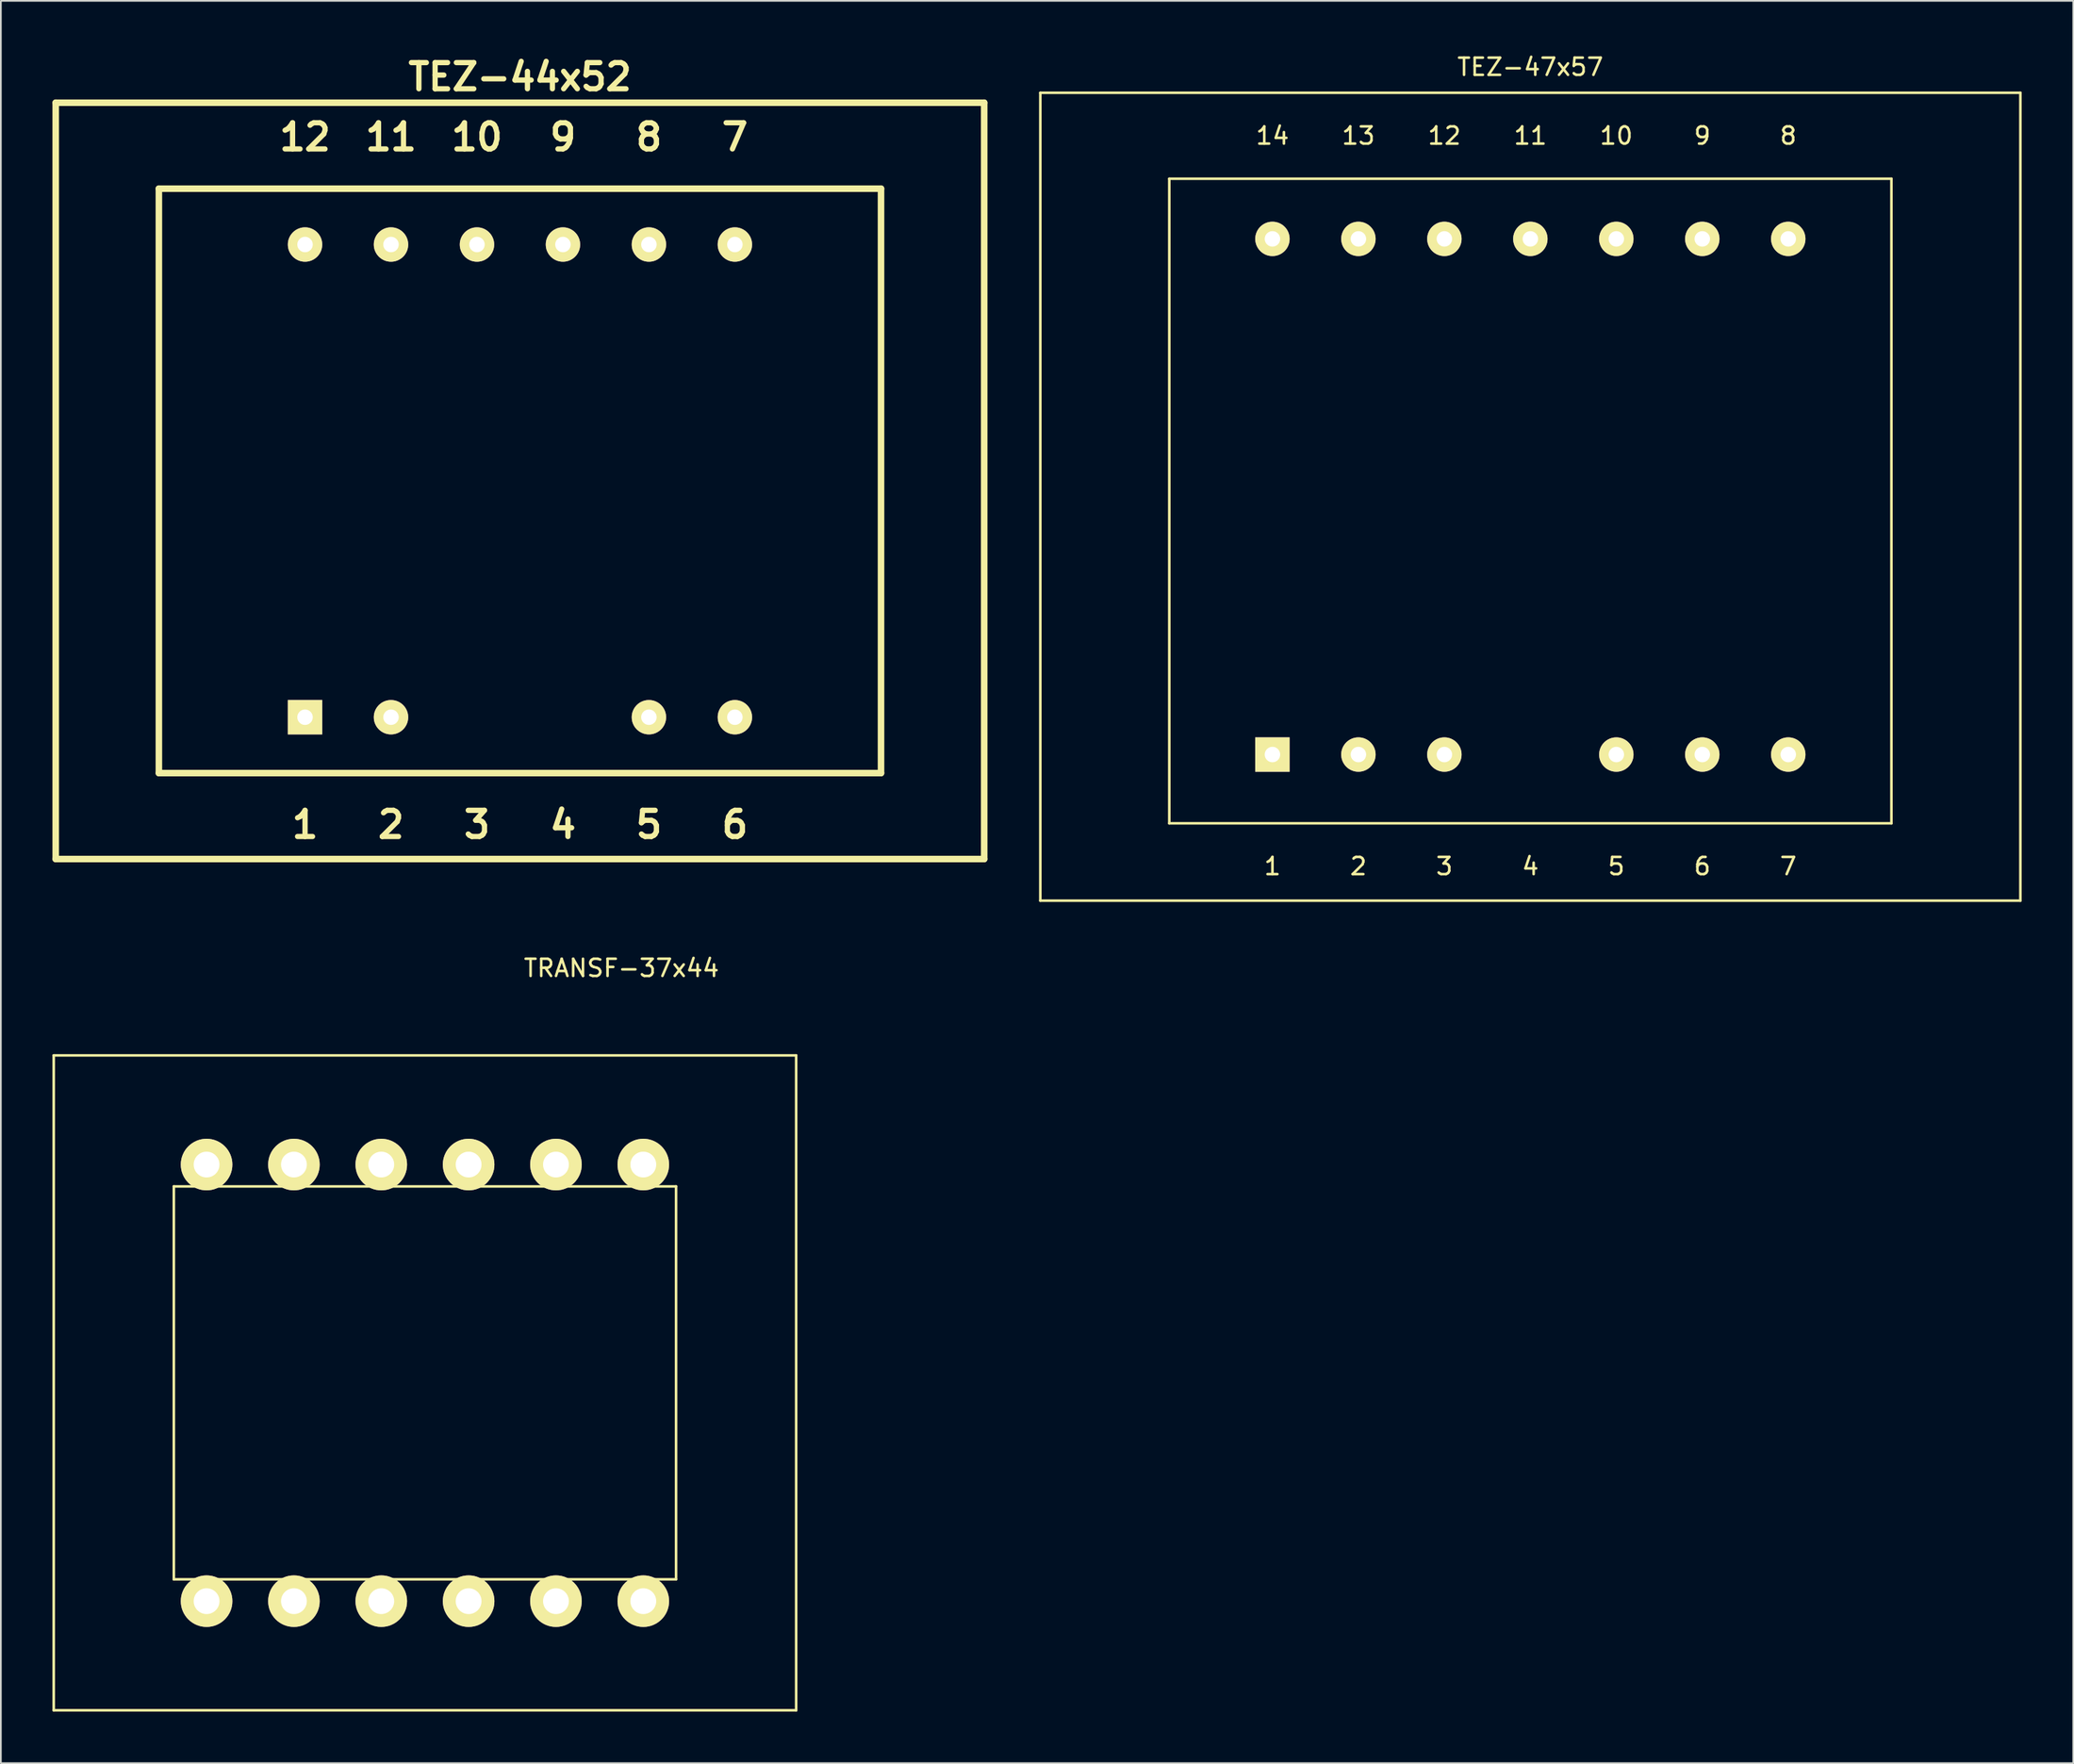
<source format=kicad_pcb>
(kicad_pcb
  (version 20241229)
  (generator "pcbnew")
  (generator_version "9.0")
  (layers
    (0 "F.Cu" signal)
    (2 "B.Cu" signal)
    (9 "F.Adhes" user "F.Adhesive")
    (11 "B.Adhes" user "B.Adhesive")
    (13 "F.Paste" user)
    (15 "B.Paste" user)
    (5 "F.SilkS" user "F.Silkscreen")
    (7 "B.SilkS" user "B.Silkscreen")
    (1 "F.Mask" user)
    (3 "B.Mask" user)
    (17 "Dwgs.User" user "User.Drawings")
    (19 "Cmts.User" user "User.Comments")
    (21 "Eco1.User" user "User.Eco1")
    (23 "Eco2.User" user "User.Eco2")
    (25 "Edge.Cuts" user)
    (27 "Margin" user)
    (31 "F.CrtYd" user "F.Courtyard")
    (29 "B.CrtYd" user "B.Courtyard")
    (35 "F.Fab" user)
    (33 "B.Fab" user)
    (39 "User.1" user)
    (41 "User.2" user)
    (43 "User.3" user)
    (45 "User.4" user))
  (footprint "TEZ-47x57"
    (layer "F.Cu")
    (at 85.956 25.848)
    (property "Reference" "TEZ-47x57" (at 0 -25 0) (layer "F.SilkS") (effects (font (size 1 1) (thickness 0.15))))
    (attr through_hole)
    (fp_line (start -28.5 -23.5) (end -28.5 23.5) (stroke (width 0.15) (type solid)) (layer "F.SilkS"))
    (fp_line (start -28.5 -23.5) (end 28.5 -23.5) (stroke (width 0.15) (type solid)) (layer "F.SilkS"))
    (fp_line (start -21 -18.5) (end -21 19) (stroke (width 0.15) (type solid)) (layer "F.SilkS"))
    (fp_line (start -21 19) (end 21 19) (stroke (width 0.15) (type solid)) (layer "F.SilkS"))
    (fp_line (start 21 -18.5) (end -21 -18.5) (stroke (width 0.15) (type solid)) (layer "F.SilkS"))
    (fp_line (start 21 19) (end 21 -18.5) (stroke (width 0.15) (type solid)) (layer "F.SilkS"))
    (fp_line (start 28.5 -23.5) (end 28.5 23.5) (stroke (width 0.15) (type solid)) (layer "F.SilkS"))
    (fp_line (start 28.5 23.5) (end -28.5 23.5) (stroke (width 0.15) (type solid)) (layer "F.SilkS"))
    (fp_text user "13" (at -10 -21 0) (layer "F.SilkS") (effects (font (size 1 1) (thickness 0.15))))
    (fp_text user "2" (at -10 21.5 0) (layer "F.SilkS") (effects (font (size 1 1) (thickness 0.15))))
    (fp_text user "9" (at 10 -21 0) (layer "F.SilkS") (effects (font (size 1 1) (thickness 0.15))))
    (fp_text user "3" (at -5 21.5 0) (layer "F.SilkS") (effects (font (size 1 1) (thickness 0.15))))
    (fp_text user "7" (at 15 21.5 0) (layer "F.SilkS") (effects (font (size 1 1) (thickness 0.15))))
    (fp_text user "1" (at -15 21.5 0) (layer "F.SilkS") (effects (font (size 1 1) (thickness 0.15))))
    (fp_text user "8" (at 15 -21 0) (layer "F.SilkS") (effects (font (size 1 1) (thickness 0.15))))
    (fp_text user "14" (at -15 -21 0) (layer "F.SilkS") (effects (font (size 1 1) (thickness 0.15))))
    (fp_text user "11" (at 0 -21 0) (layer "F.SilkS") (effects (font (size 1 1) (thickness 0.15))))
    (fp_text user "10" (at 5 -21 0) (layer "F.SilkS") (effects (font (size 1 1) (thickness 0.15))))
    (fp_text user "12" (at -5 -21 0) (layer "F.SilkS") (effects (font (size 1 1) (thickness 0.15))))
    (fp_text user "5" (at 5 21.5 0) (layer "F.SilkS") (effects (font (size 1 1) (thickness 0.15))))
    (fp_text user "4" (at 0 21.5 0) (layer "F.SilkS") (effects (font (size 1 1) (thickness 0.15))))
    (fp_text user "6" (at 10 21.5 0) (layer "F.SilkS") (effects (font (size 1 1) (thickness 0.15))))
    (pad "1" thru_hole rect (at -15 15) (size 2 2) (drill 0.9) (layers "*.Cu" "*.Mask" "F.SilkS"))
    (pad "2" thru_hole circle (at -10 15) (size 2 2) (drill 0.9) (layers "*.Cu" "*.Mask" "F.SilkS"))
    (pad "3" thru_hole circle (at -5 15) (size 2 2) (drill 0.9) (layers "*.Cu" "*.Mask" "F.SilkS"))
    (pad "5" thru_hole circle (at 5 15) (size 2 2) (drill 0.9) (layers "*.Cu" "*.Mask" "F.SilkS"))
    (pad "6" thru_hole circle (at 10 15) (size 2 2) (drill 0.9) (layers "*.Cu" "*.Mask" "F.SilkS"))
    (pad "7" thru_hole circle (at 15 15) (size 2 2) (drill 0.9) (layers "*.Cu" "*.Mask" "F.SilkS"))
    (pad "8" thru_hole circle (at 15 -15) (size 2 2) (drill 0.9) (layers "*.Cu" "*.Mask" "F.SilkS"))
    (pad "9" thru_hole circle (at 10 -15) (size 2 2) (drill 0.9) (layers "*.Cu" "*.Mask" "F.SilkS"))
    (pad "10" thru_hole circle (at 5 -15) (size 2 2) (drill 0.9) (layers "*.Cu" "*.Mask" "F.SilkS"))
    (pad "11" thru_hole circle (at 0 -15) (size 2 2) (drill 0.9) (layers "*.Cu" "*.Mask" "F.SilkS"))
    (pad "12" thru_hole circle (at -5 -15) (size 2 2) (drill 0.9) (layers "*.Cu" "*.Mask" "F.SilkS"))
    (pad "13" thru_hole circle (at -10 -15) (size 2 2) (drill 0.9) (layers "*.Cu" "*.Mask" "F.SilkS"))
    (pad "14" thru_hole circle (at -15 -15) (size 2 2) (drill 0.9) (layers "*.Cu" "*.Mask" "F.SilkS")))
  (footprint "TRANSF-37x44"
    (layer "F.Cu")
    (at 21.665 77.401)
    (property "Reference" "TRANSF-37x44" (at 11.43 -24.13 0) (layer "F.SilkS") (effects (font (size 1 1) (thickness 0.15))))
    (attr through_hole)
    (fp_line (start -21.59 -19.05) (end 21.59 -19.05) (stroke (width 0.15) (type solid)) (layer "F.SilkS"))
    (fp_line (start -21.59 19.05) (end -21.59 -19.05) (stroke (width 0.15) (type solid)) (layer "F.SilkS"))
    (fp_line (start -14.605 -11.43) (end 14.605 -11.43) (stroke (width 0.15) (type solid)) (layer "F.SilkS"))
    (fp_line (start -14.605 11.43) (end -14.605 -11.43) (stroke (width 0.15) (type solid)) (layer "F.SilkS"))
    (fp_line (start 14.605 -11.43) (end 14.605 11.43) (stroke (width 0.15) (type solid)) (layer "F.SilkS"))
    (fp_line (start 14.605 11.43) (end -14.605 11.43) (stroke (width 0.15) (type solid)) (layer "F.SilkS"))
    (fp_line (start 21.59 -19.05) (end 21.59 19.05) (stroke (width 0.15) (type solid)) (layer "F.SilkS"))
    (fp_line (start 21.59 19.05) (end -21.59 19.05) (stroke (width 0.15) (type solid)) (layer "F.SilkS"))
    (pad "" thru_hole circle (at -12.7 -12.7) (size 3 3) (drill 1.501) (layers "*.Cu" "*.Mask" "F.SilkS"))
    (pad "" thru_hole circle (at -7.62 12.7) (size 3 3) (drill 1.501) (layers "*.Cu" "*.Mask" "F.SilkS"))
    (pad "" thru_hole circle (at -2.54 -12.7) (size 3 3) (drill 1.501) (layers "*.Cu" "*.Mask" "F.SilkS"))
    (pad "" thru_hole circle (at 2.54 -12.7) (size 3 3) (drill 1.501) (layers "*.Cu" "*.Mask" "F.SilkS"))
    (pad "" thru_hole circle (at 2.54 12.7) (size 3 3) (drill 1.501) (layers "*.Cu" "*.Mask" "F.SilkS"))
    (pad "" thru_hole circle (at 7.62 -12.7) (size 3 3) (drill 1.501) (layers "*.Cu" "*.Mask" "F.SilkS"))
    (pad "" thru_hole circle (at 7.62 12.7) (size 3 3) (drill 1.501) (layers "*.Cu" "*.Mask" "F.SilkS"))
    (pad "" thru_hole circle (at 12.7 12.7) (size 3 3) (drill 1.501) (layers "*.Cu" "*.Mask" "F.SilkS"))
    (pad "1" thru_hole circle (at -7.62 -12.7) (size 3 3) (drill 1.501) (layers "*.Cu" "*.Mask" "F.SilkS"))
    (pad "2" thru_hole circle (at 12.7 -12.7) (size 3 3) (drill 1.501) (layers "*.Cu" "*.Mask" "F.SilkS"))
    (pad "3" thru_hole circle (at -2.54 12.7) (size 3 3) (drill 1.501) (layers "*.Cu" "*.Mask" "F.SilkS"))
    (pad "4" thru_hole circle (at -12.7 12.7) (size 3 3) (drill 1.501) (layers "*.Cu" "*.Mask" "F.SilkS")))
  (footprint "TEZ-44x52"
    (layer "F.Cu")
    (at 27.191 24.926)
    (property "Reference" "TEZ-44x52" (at 0 -23.5 0) (layer "F.SilkS") (effects (font (size 1.524 1.524) (thickness 0.305))))
    (attr through_hole)
    (fp_line (start -27 -22) (end 27 -22) (stroke (width 0.381) (type solid)) (layer "F.SilkS"))
    (fp_line (start -27 22) (end -27 -22) (stroke (width 0.381) (type solid)) (layer "F.SilkS"))
    (fp_line (start -21 -17) (end 21 -17) (stroke (width 0.381) (type solid)) (layer "F.SilkS"))
    (fp_line (start -21 17) (end -21 -17) (stroke (width 0.381) (type solid)) (layer "F.SilkS"))
    (fp_line (start 21 -17) (end 21 17) (stroke (width 0.381) (type solid)) (layer "F.SilkS"))
    (fp_line (start 21 17) (end -21 17) (stroke (width 0.381) (type solid)) (layer "F.SilkS"))
    (fp_line (start 27 -22) (end 27 22) (stroke (width 0.381) (type solid)) (layer "F.SilkS"))
    (fp_line (start 27 22) (end -27 22) (stroke (width 0.381) (type solid)) (layer "F.SilkS"))
    (fp_text user "12" (at -12.5 -20 0) (layer "F.SilkS") (effects (font (size 1.524 1.524) (thickness 0.305))))
    (fp_text user "6" (at 12.5 20 0) (layer "F.SilkS") (effects (font (size 1.524 1.524) (thickness 0.305))))
    (fp_text user "2" (at -7.5 20 0) (layer "F.SilkS") (effects (font (size 1.524 1.524) (thickness 0.305))))
    (fp_text user "7" (at 12.5 -20 0) (layer "F.SilkS") (effects (font (size 1.524 1.524) (thickness 0.305))))
    (fp_text user "1" (at -12.5 20 0) (layer "F.SilkS") (effects (font (size 1.524 1.524) (thickness 0.305))))
    (fp_text user "11" (at -7.5 -20 0) (layer "F.SilkS") (effects (font (size 1.524 1.524) (thickness 0.305))))
    (fp_text user "5" (at 7.5 20 0) (layer "F.SilkS") (effects (font (size 1.524 1.524) (thickness 0.305))))
    (fp_text user "9" (at 2.5 -20 0) (layer "F.SilkS") (effects (font (size 1.524 1.524) (thickness 0.305))))
    (fp_text user "3" (at -2.5 20 0) (layer "F.SilkS") (effects (font (size 1.524 1.524) (thickness 0.305))))
    (fp_text user "8" (at 7.5 -20 0) (layer "F.SilkS") (effects (font (size 1.524 1.524) (thickness 0.305))))
    (fp_text user "10" (at -2.5 -20 0) (layer "F.SilkS") (effects (font (size 1.524 1.524) (thickness 0.305))))
    (fp_text user "4" (at 2.5 20 0) (layer "F.SilkS") (effects (font (size 1.524 1.524) (thickness 0.305))))
    (pad "1" thru_hole rect (at -12.5 13.75) (size 2 2) (drill 0.9) (layers "*.Cu" "*.Mask" "F.SilkS"))
    (pad "2" thru_hole circle (at -7.5 13.75) (size 2 2) (drill 0.9) (layers "*.Cu" "*.Mask" "F.SilkS"))
    (pad "5" thru_hole circle (at 7.5 13.75) (size 2 2) (drill 0.9) (layers "*.Cu" "*.Mask" "F.SilkS"))
    (pad "6" thru_hole circle (at 12.5 13.75) (size 2 2) (drill 0.9) (layers "*.Cu" "*.Mask" "F.SilkS"))
    (pad "7" thru_hole circle (at 12.5 -13.75) (size 2 2) (drill 0.9) (layers "*.Cu" "*.Mask" "F.SilkS"))
    (pad "8" thru_hole circle (at 7.5 -13.75) (size 2 2) (drill 0.9) (layers "*.Cu" "*.Mask" "F.SilkS"))
    (pad "9" thru_hole circle (at 2.5 -13.75) (size 2 2) (drill 0.9) (layers "*.Cu" "*.Mask" "F.SilkS"))
    (pad "10" thru_hole circle (at -2.5 -13.75) (size 2 2) (drill 0.9) (layers "*.Cu" "*.Mask" "F.SilkS"))
    (pad "11" thru_hole circle (at -7.5 -13.75) (size 2 2) (drill 0.9) (layers "*.Cu" "*.Mask" "F.SilkS"))
    (pad "12" thru_hole circle (at -12.5 -13.75) (size 2 2) (drill 0.9) (layers "*.Cu" "*.Mask" "F.SilkS")))
  (gr_rect
    (start -3 -3)
    (end 117.531 99.526)
    (stroke (width 0.1) (type default))
    (fill no)
    (layer "Edge.Cuts")))
</source>
